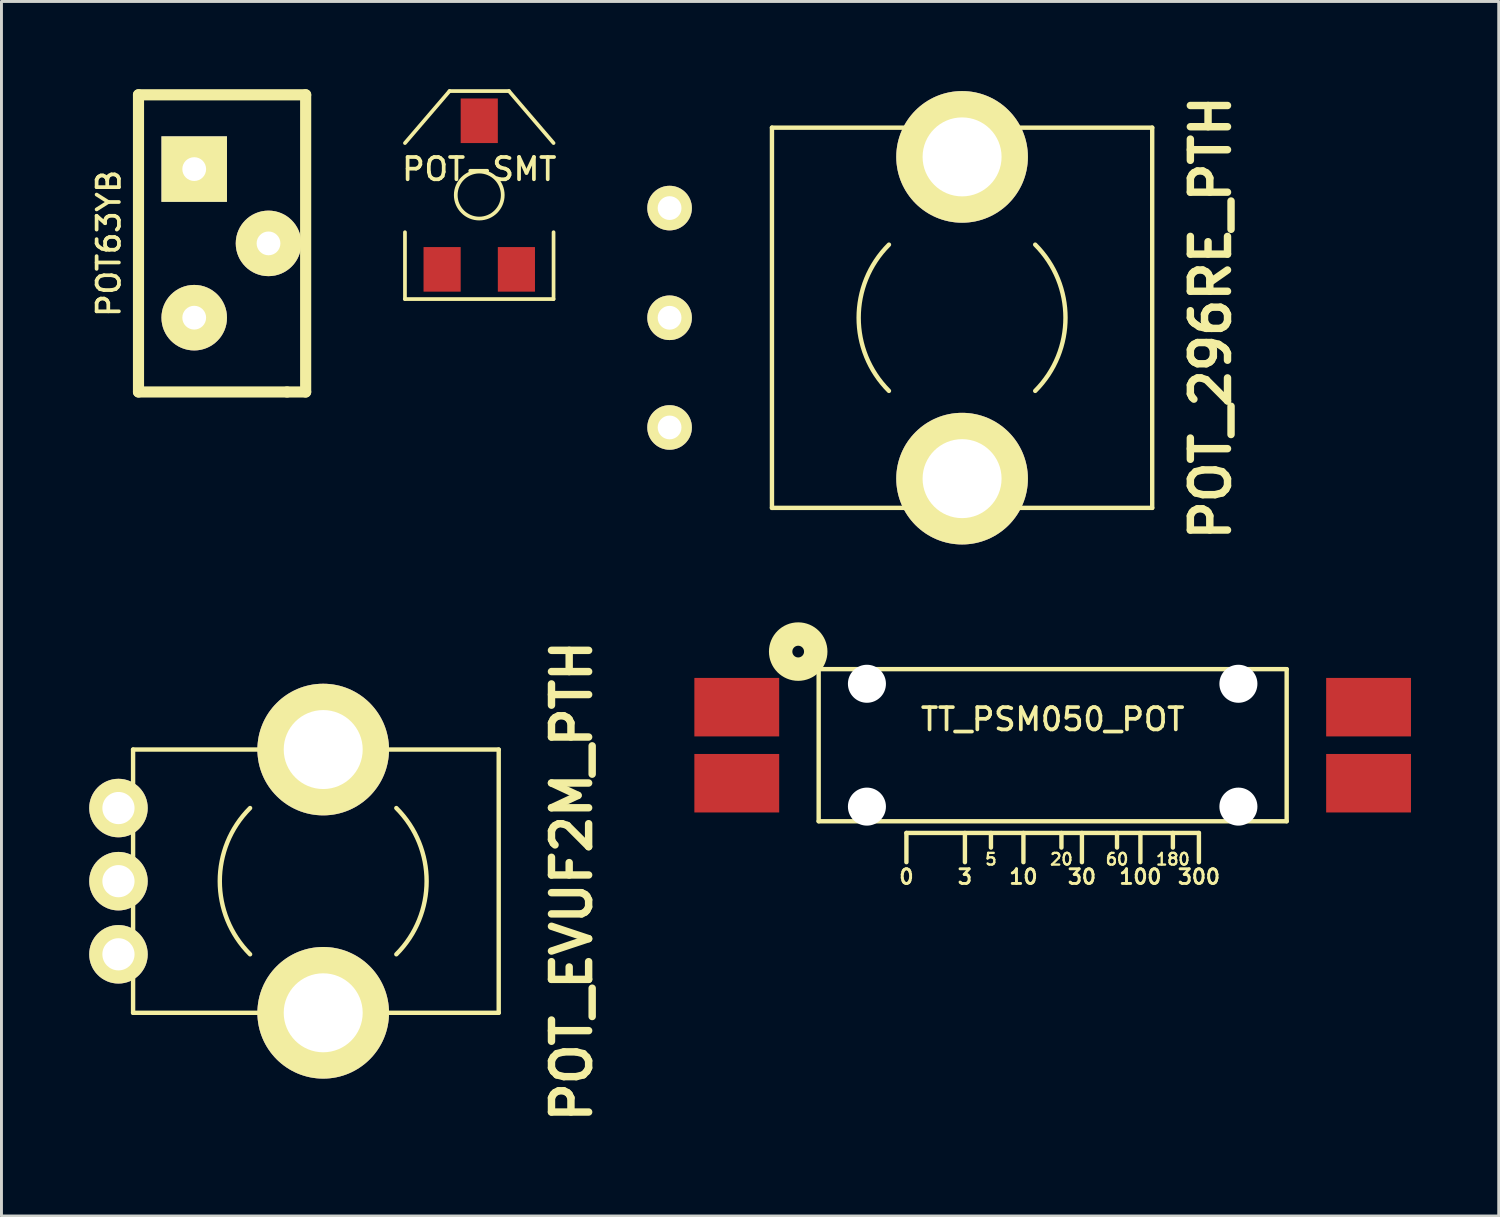
<source format=kicad_pcb>
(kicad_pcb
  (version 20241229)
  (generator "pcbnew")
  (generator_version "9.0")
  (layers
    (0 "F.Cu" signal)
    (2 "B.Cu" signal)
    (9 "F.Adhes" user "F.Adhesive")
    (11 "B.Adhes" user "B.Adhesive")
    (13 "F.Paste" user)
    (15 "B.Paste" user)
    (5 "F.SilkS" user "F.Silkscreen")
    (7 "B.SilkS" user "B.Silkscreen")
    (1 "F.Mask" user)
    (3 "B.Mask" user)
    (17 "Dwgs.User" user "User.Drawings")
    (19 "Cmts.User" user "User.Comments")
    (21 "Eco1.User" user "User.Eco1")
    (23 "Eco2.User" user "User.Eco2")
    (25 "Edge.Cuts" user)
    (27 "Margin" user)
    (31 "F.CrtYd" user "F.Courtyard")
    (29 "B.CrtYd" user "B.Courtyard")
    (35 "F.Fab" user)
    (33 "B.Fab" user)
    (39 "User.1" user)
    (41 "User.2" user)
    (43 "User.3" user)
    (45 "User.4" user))
  (footprint "POT-SMT"
    (layer "F.Cu")
    (at 13.335 3.619)
    (property "Reference" "POT-SMT" (at 0 -0.886 0) (layer "F.SilkS") (effects (font (size 0.762 0.762) (thickness 0.127))))
    (attr smd)
    (fp_line (start -2.54 -1.778) (end -1.016 -3.556) (stroke (width 0.127) (type solid)) (layer "F.SilkS"))
    (fp_line (start -2.54 1.27) (end -2.54 3.556) (stroke (width 0.127) (type solid)) (layer "F.SilkS"))
    (fp_line (start -2.54 3.556) (end 2.54 3.556) (stroke (width 0.127) (type solid)) (layer "F.SilkS"))
    (fp_line (start -1.016 -3.556) (end 1.016 -3.556) (stroke (width 0.127) (type solid)) (layer "F.SilkS"))
    (fp_line (start 1.016 -3.556) (end 2.54 -1.778) (stroke (width 0.127) (type solid)) (layer "F.SilkS"))
    (fp_line (start 2.54 3.556) (end 2.54 1.27) (stroke (width 0.127) (type solid)) (layer "F.SilkS"))
    (fp_circle (center 0 0) (end 0.254 -0.762) (stroke (width 0.127) (type solid)) (fill no) (layer "F.SilkS"))
    (pad "1" smd rect (at -1.27 2.54) (size 1.27 1.524) (layers "F.Cu" "F.Mask" "F.Paste"))
    (pad "2" smd rect (at 0 -2.54) (size 1.27 1.524) (layers "F.Cu" "F.Mask" "F.Paste"))
    (pad "3" smd rect (at 1.27 2.54) (size 1.27 1.524) (layers "F.Cu" "F.Mask" "F.Paste")))
  (footprint "POT_296RE_PTH"
    (layer "F.Cu")
    (at 29.842 7.814)
    (property "Reference" "POT_296RE_PTH" (at 8.5 0 90) (layer "F.SilkS") (effects (font (size 1.27 1.27) (thickness 0.254))))
    (attr through_hole)
    (fp_line (start -6.5 -6.5) (end -6.5 6.5) (stroke (width 0.15) (type solid)) (layer "F.SilkS"))
    (fp_line (start -6.5 6.5) (end 6.5 6.5) (stroke (width 0.15) (type solid)) (layer "F.SilkS"))
    (fp_line (start 6.5 -6.5) (end -6.5 -6.5) (stroke (width 0.15) (type solid)) (layer "F.SilkS"))
    (fp_line (start 6.5 6.5) (end 6.5 -6.5) (stroke (width 0.15) (type solid)) (layer "F.SilkS"))
    (fp_arc (start -2.5 2.5) (mid -3.535534 0) (end -2.5 -2.5) (stroke (width 0.15) (type solid)) (layer "F.SilkS"))
    (fp_arc (start 2.5 -2.5) (mid 3.535534 0) (end 2.5 2.5) (stroke (width 0.15) (type solid)) (layer "F.SilkS"))
    (pad "1" thru_hole circle (at -10 -3.75) (size 1.524 1.524) (drill 0.813) (layers "*.Cu" "*.Mask" "F.SilkS"))
    (pad "2" thru_hole circle (at -10 0) (size 1.524 1.524) (drill 0.813) (layers "*.Cu" "*.Mask" "F.SilkS"))
    (pad "3" thru_hole circle (at -10 3.75) (size 1.524 1.524) (drill 0.813) (layers "*.Cu" "*.Mask" "F.SilkS"))
    (pad "4" thru_hole circle (at 0 -5.5) (size 4.5 4.5) (drill 2.7) (layers "*.Cu" "*.Mask" "F.SilkS"))
    (pad "5" thru_hole circle (at 0 5.5) (size 4.5 4.5) (drill 2.7) (layers "*.Cu" "*.Mask" "F.SilkS")))
  (footprint "POT_EVUF2M_PTH"
    (layer "F.Cu")
    (at 8 27.076)
    (property "Reference" "POT_EVUF2M_PTH" (at 8.5 0 90) (layer "F.SilkS") (effects (font (size 1.27 1.27) (thickness 0.254))))
    (attr through_hole)
    (fp_line (start -6.5 -4.5) (end -6.5 4.5) (stroke (width 0.15) (type solid)) (layer "F.SilkS"))
    (fp_line (start -6.5 -4.5) (end 6 -4.5) (stroke (width 0.15) (type solid)) (layer "F.SilkS"))
    (fp_line (start 6 -4.5) (end 6 4.5) (stroke (width 0.15) (type solid)) (layer "F.SilkS"))
    (fp_line (start 6 4.5) (end -6.5 4.5) (stroke (width 0.15) (type solid)) (layer "F.SilkS"))
    (fp_arc (start -2.5 2.5) (mid -3.535534 0) (end -2.5 -2.5) (stroke (width 0.15) (type solid)) (layer "F.SilkS"))
    (fp_arc (start 2.5 -2.5) (mid 3.535534 0) (end 2.5 2.5) (stroke (width 0.15) (type solid)) (layer "F.SilkS"))
    (pad "1" thru_hole circle (at -7 -2.5) (size 2 2) (drill 1.1) (layers "*.Cu" "*.Mask" "F.SilkS"))
    (pad "2" thru_hole circle (at -7 0) (size 2 2) (drill 1.1) (layers "*.Cu" "*.Mask" "F.SilkS"))
    (pad "3" thru_hole circle (at -7 2.5) (size 2 2) (drill 1.1) (layers "*.Cu" "*.Mask" "F.SilkS"))
    (pad "4" thru_hole circle (at 0 -4.5) (size 4.5 4.5) (drill 2.7) (layers "*.Cu" "*.Mask" "F.SilkS"))
    (pad "5" thru_hole circle (at 0 4.5) (size 4.5 4.5) (drill 2.7) (layers "*.Cu" "*.Mask" "F.SilkS")))
  (footprint "TT_PSM050_POT"
    (layer "F.Cu")
    (at 32.939 22.427)
    (property "Reference" "TT_PSM050_POT" (at 0 -0.886 0) (layer "F.SilkS") (effects (font (size 0.762 0.762) (thickness 0.127))))
    (attr smd)
    (fp_line (start -8 -2.6) (end 8 -2.6) (stroke (width 0.15) (type solid)) (layer "F.SilkS"))
    (fp_line (start -8 2.6) (end -8 -2.6) (stroke (width 0.15) (type solid)) (layer "F.SilkS"))
    (fp_line (start -5 3) (end -5 4) (stroke (width 0.15) (type solid)) (layer "F.SilkS"))
    (fp_line (start -5 3) (end 5 3) (stroke (width 0.15) (type solid)) (layer "F.SilkS"))
    (fp_line (start -3 3) (end -3 4) (stroke (width 0.15) (type solid)) (layer "F.SilkS"))
    (fp_line (start -2.11 3) (end -2.11 3.5) (stroke (width 0.15) (type solid)) (layer "F.SilkS"))
    (fp_line (start -1 3) (end -1 4) (stroke (width 0.15) (type solid)) (layer "F.SilkS"))
    (fp_line (start 0.3 3) (end 0.3 3.5) (stroke (width 0.15) (type solid)) (layer "F.SilkS"))
    (fp_line (start 1 3) (end 1 4) (stroke (width 0.15) (type solid)) (layer "F.SilkS"))
    (fp_line (start 2.2 3) (end 2.2 3.5) (stroke (width 0.15) (type solid)) (layer "F.SilkS"))
    (fp_line (start 3 3) (end 3 4) (stroke (width 0.15) (type solid)) (layer "F.SilkS"))
    (fp_line (start 4.11 3) (end 4.11 3.5) (stroke (width 0.15) (type solid)) (layer "F.SilkS"))
    (fp_line (start 5 3) (end 5 4) (stroke (width 0.15) (type solid)) (layer "F.SilkS"))
    (fp_line (start 8 -2.6) (end 8 2.6) (stroke (width 0.15) (type solid)) (layer "F.SilkS"))
    (fp_line (start 8 2.6) (end -8 2.6) (stroke (width 0.15) (type solid)) (layer "F.SilkS"))
    (fp_circle (center -8.7 -3.2) (end -8.5 -3.2) (stroke (width 0.8) (type solid)) (fill no) (layer "F.SilkS"))
    (fp_text user "30" (at 1 4.5 0) (layer "F.SilkS") (effects (font (size 0.5 0.5) (thickness 0.1))))
    (fp_text user "300" (at 5 4.5 0) (layer "F.SilkS") (effects (font (size 0.5 0.5) (thickness 0.1))))
    (fp_text user "100" (at 3 4.5 0) (layer "F.SilkS") (effects (font (size 0.5 0.5) (thickness 0.1))))
    (fp_text user "3" (at -3 4.5 0) (layer "F.SilkS") (effects (font (size 0.5 0.5) (thickness 0.1))))
    (fp_text user "180" (at 4.11 3.9 0) (layer "F.SilkS") (effects (font (size 0.4 0.4) (thickness 0.08))))
    (fp_text user "60" (at 2.2 3.9 0) (layer "F.SilkS") (effects (font (size 0.4 0.4) (thickness 0.08))))
    (fp_text user "0" (at -5 4.5 0) (layer "F.SilkS") (effects (font (size 0.5 0.5) (thickness 0.1))))
    (fp_text user "5" (at -2.11 3.9 0) (layer "F.SilkS") (effects (font (size 0.4 0.4) (thickness 0.08))))
    (fp_text user "20" (at 0.3 3.9 0) (layer "F.SilkS") (effects (font (size 0.4 0.4) (thickness 0.08))))
    (fp_text user "10" (at -1 4.5 0) (layer "F.SilkS") (effects (font (size 0.5 0.5) (thickness 0.1))))
    (pad "" np_thru_hole circle (at -6.35 -2.1) (size 1.3 1.3) (drill 1.3) (layers "*.Cu" "*.Mask"))
    (pad "" np_thru_hole circle (at -6.35 2.1) (size 1.3 1.3) (drill 1.3) (layers "*.Cu" "*.Mask"))
    (pad "" np_thru_hole circle (at 6.35 -2.1) (size 1.3 1.3) (drill 1.3) (layers "*.Cu" "*.Mask"))
    (pad "" np_thru_hole circle (at 6.35 2.1) (size 1.3 1.3) (drill 1.3) (layers "*.Cu" "*.Mask"))
    (pad "1" smd rect (at -10.8 -1.3) (size 2.9 2) (layers "F.Cu" "F.Mask" "F.Paste"))
    (pad "1" smd rect (at -10.8 1.3) (size 2.9 2) (layers "F.Cu" "F.Mask" "F.Paste"))
    (pad "2" smd rect (at 10.8 -1.3) (size 2.9 2) (layers "F.Cu" "F.Mask" "F.Paste"))
    (pad "3" smd rect (at 10.8 1.3) (size 2.9 2) (layers "F.Cu" "F.Mask" "F.Paste")))
  (footprint "POT63YB"
    (layer "F.Cu")
    (at 3.59 5.271)
    (property "Reference" "POT63YB" (at -2.921 0 90) (layer "F.SilkS") (effects (font (size 0.762 0.762) (thickness 0.127))))
    (attr through_hole)
    (fp_line (start -1.905 -5.08) (end -1.905 5.08) (stroke (width 0.381) (type solid)) (layer "F.SilkS"))
    (fp_line (start -1.905 5.08) (end 3.175 5.08) (stroke (width 0.381) (type solid)) (layer "F.SilkS"))
    (fp_line (start 3.175 5.08) (end 3.81 5.08) (stroke (width 0.381) (type solid)) (layer "F.SilkS"))
    (fp_line (start 3.81 -5.08) (end -1.905 -5.08) (stroke (width 0.381) (type solid)) (layer "F.SilkS"))
    (fp_line (start 3.81 5.08) (end 3.81 -5.08) (stroke (width 0.381) (type solid)) (layer "F.SilkS"))
    (pad "1" thru_hole rect (at 0 -2.54) (size 2.24 2.24) (drill 0.813) (layers "*.Cu" "*.Mask" "F.SilkS"))
    (pad "2" thru_hole circle (at 2.54 0) (size 2.24 2.24) (drill 0.813) (layers "*.Cu" "*.Mask" "F.SilkS"))
    (pad "3" thru_hole circle (at 0 2.54) (size 2.24 2.24) (drill 0.813) (layers "*.Cu" "*.Mask" "F.SilkS")))
  (gr_rect
    (start -3 -3)
    (end 48.189 38.524)
    (stroke (width 0.1) (type default))
    (fill no)
    (layer "Edge.Cuts")))
</source>
